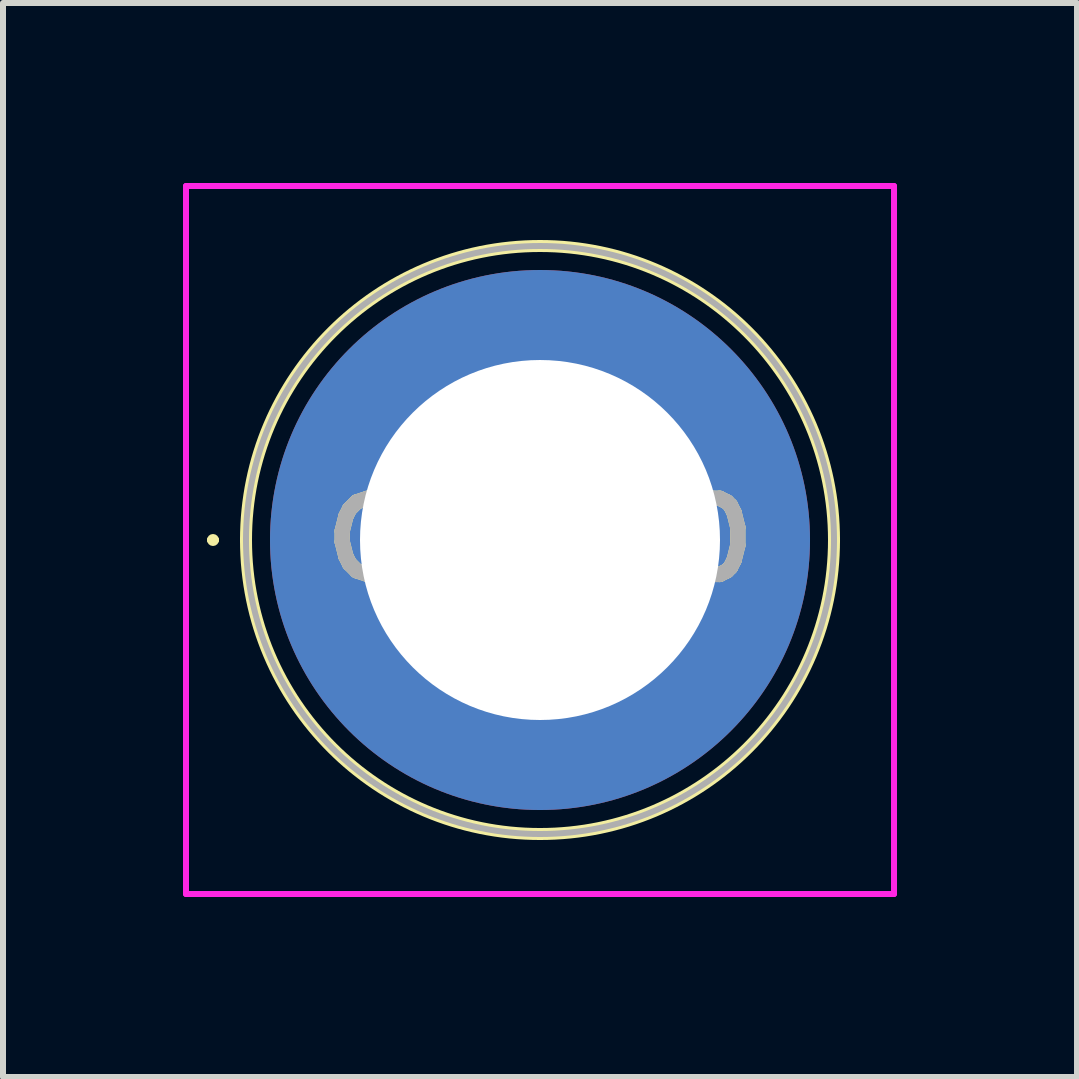
<source format=kicad_pcb>
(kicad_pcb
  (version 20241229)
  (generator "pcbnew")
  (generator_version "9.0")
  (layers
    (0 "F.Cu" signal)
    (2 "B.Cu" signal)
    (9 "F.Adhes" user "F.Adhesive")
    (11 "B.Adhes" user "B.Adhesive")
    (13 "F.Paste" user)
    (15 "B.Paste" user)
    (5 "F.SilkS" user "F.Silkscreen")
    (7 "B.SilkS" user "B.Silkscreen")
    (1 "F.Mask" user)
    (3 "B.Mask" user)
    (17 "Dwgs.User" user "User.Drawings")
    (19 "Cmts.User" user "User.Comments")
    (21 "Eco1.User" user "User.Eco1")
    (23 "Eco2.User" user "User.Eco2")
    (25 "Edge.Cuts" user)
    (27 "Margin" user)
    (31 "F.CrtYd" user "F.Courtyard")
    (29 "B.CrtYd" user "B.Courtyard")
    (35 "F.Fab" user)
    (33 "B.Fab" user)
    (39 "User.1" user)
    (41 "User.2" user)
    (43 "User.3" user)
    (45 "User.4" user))
  (footprint "CT2220"
    (layer "F.Cu")
    (at 5.95 5.95)
    (property "Reference" "CT2220" (at 0 0 0) (layer "F.SilkS") (effects (font (size 1.27 1.27) (thickness 0.254))))
    (attr through_hole)
    (fp_line (start -5.5 0) (end -5.5 0) (stroke (width 0.1) (type solid)) (layer "F.SilkS"))
    (fp_line (start -5.4 0) (end -5.4 0) (stroke (width 0.1) (type solid)) (layer "F.SilkS"))
    (fp_line (start -4.9 0) (end -4.9 0) (stroke (width 0.2) (type solid)) (layer "F.SilkS"))
    (fp_line (start 4.9 0) (end 4.9 0) (stroke (width 0.2) (type solid)) (layer "F.SilkS"))
    (fp_arc (start -5.5 0) (mid -5.45 -0.05) (end -5.4 0) (stroke (width 0.1) (type solid)) (layer "F.SilkS"))
    (fp_arc (start -5.4 0) (mid -5.45 0.05) (end -5.5 0) (stroke (width 0.1) (type solid)) (layer "F.SilkS"))
    (fp_arc (start -4.9 0) (mid 0 -4.9) (end 4.9 0) (stroke (width 0.2) (type solid)) (layer "F.SilkS"))
    (fp_arc (start 4.9 0) (mid 0 4.9) (end -4.9 0) (stroke (width 0.2) (type solid)) (layer "F.SilkS"))
    (fp_line (start -5.9 -5.9) (end 5.9 -5.9) (stroke (width 0.1) (type solid)) (layer "F.CrtYd"))
    (fp_line (start -5.9 5.9) (end -5.9 -5.9) (stroke (width 0.1) (type solid)) (layer "F.CrtYd"))
    (fp_line (start 5.9 -5.9) (end 5.9 5.9) (stroke (width 0.1) (type solid)) (layer "F.CrtYd"))
    (fp_line (start 5.9 5.9) (end -5.9 5.9) (stroke (width 0.1) (type solid)) (layer "F.CrtYd"))
    (fp_line (start -4.9 0) (end -4.9 0) (stroke (width 0.1) (type solid)) (layer "F.Fab"))
    (fp_line (start 4.9 0) (end 4.9 0) (stroke (width 0.1) (type solid)) (layer "F.Fab"))
    (fp_arc (start -4.9 0) (mid 0 -4.9) (end 4.9 0) (stroke (width 0.1) (type solid)) (layer "F.Fab"))
    (fp_arc (start 4.9 0) (mid 0 4.9) (end -4.9 0) (stroke (width 0.1) (type solid)) (layer "F.Fab"))
    (fp_text user "${REFERENCE}" (at 0 0 0) (layer "F.Fab") (effects (font (size 1.27 1.27) (thickness 0.254))))
    (pad "1" thru_hole circle (at 0 0) (size 9 9) (drill 6) (layers "*.Cu" "*.Mask")))
  (gr_rect
    (start -3 -3)
    (end 14.9 14.9)
    (stroke (width 0.1) (type default))
    (fill no)
    (layer "Edge.Cuts")))
</source>
